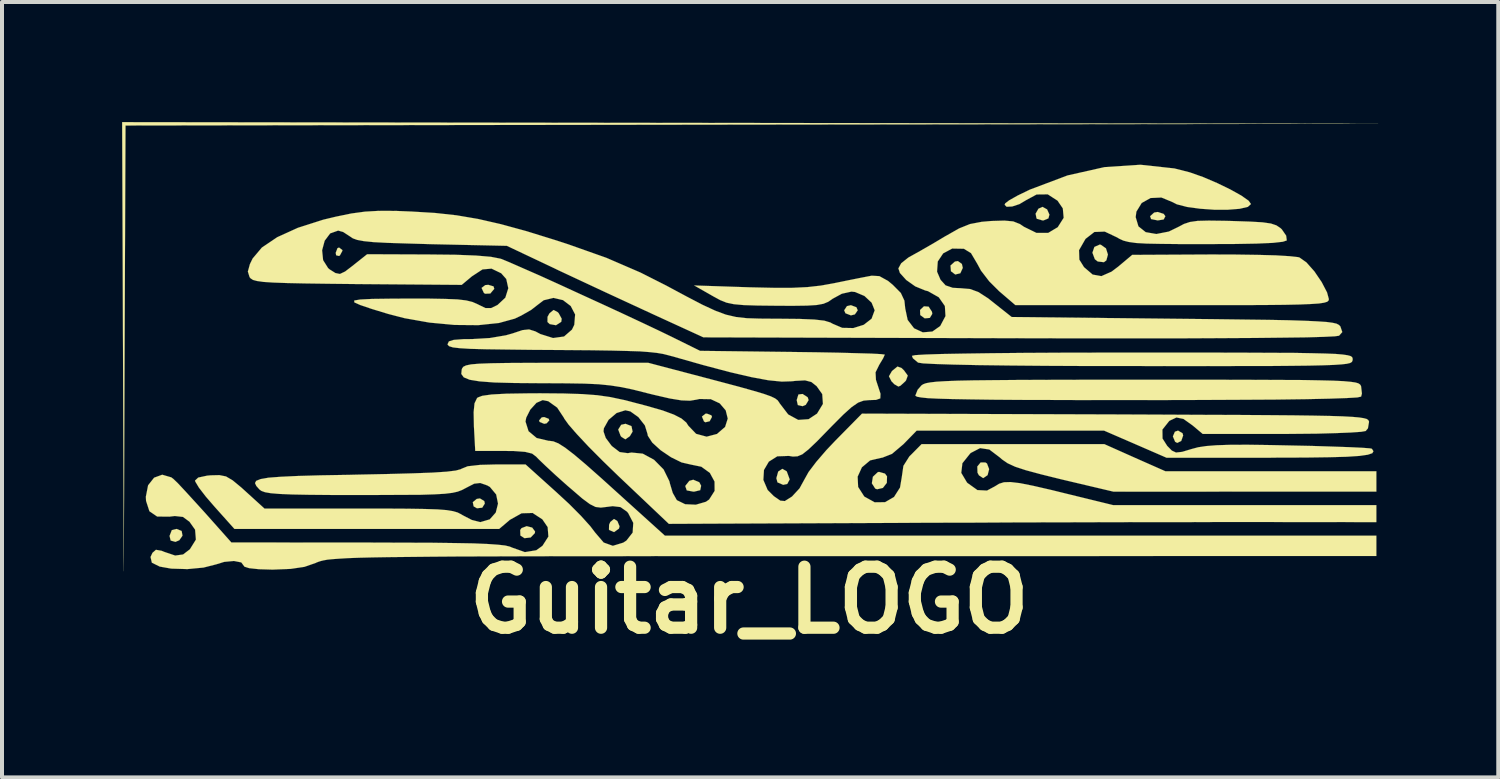
<source format=kicad_pcb>
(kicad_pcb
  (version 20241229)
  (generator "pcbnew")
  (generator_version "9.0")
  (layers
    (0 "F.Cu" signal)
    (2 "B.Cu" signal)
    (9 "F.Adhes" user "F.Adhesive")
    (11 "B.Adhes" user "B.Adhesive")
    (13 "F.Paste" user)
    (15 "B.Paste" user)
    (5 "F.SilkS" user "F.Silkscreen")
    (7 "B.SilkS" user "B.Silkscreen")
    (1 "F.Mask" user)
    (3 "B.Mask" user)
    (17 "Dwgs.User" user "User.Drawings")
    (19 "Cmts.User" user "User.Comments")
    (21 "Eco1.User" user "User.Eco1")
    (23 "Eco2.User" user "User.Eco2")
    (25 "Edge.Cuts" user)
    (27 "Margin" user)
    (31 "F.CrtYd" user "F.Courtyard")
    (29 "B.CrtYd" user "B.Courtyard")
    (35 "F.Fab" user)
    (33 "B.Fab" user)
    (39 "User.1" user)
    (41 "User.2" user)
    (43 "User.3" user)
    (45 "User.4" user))
  (footprint "Guitar_LOGO"
    (layer "F.Cu")
    (at 15.663 5.589)
    (property "Reference" "Guitar_LOGO" (at 0 6.35 0) (layer "F.SilkS") (effects (font (size 1.524 1.524) (thickness 0.305))))
    (attr through_hole)
    (fp_poly (pts (xy -14.155 4.74) (xy -14.234 4.854) (xy -14.331 4.895) (xy -14.45 4.862) (xy -14.478 4.747) (xy -14.422 4.602) (xy -14.303 4.572) (xy -14.176 4.623) (xy -14.155 4.74)) (stroke (width 0.003) (type solid)) (fill yes) (layer "F.SilkS"))
    (fp_poly (pts (xy -10.16 -2.377) (xy -10.221 -2.263) (xy -10.244 -2.245) (xy -10.317 -2.263) (xy -10.328 -2.324) (xy -10.284 -2.441) (xy -10.244 -2.456) (xy -10.163 -2.395) (xy -10.16 -2.377)) (stroke (width 0.003) (type solid)) (fill yes) (layer "F.SilkS"))
    (fp_poly (pts (xy -6.604 3.937) (xy -6.668 4.041) (xy -6.8 4.056) (xy -6.883 4.008) (xy -6.904 3.904) (xy -6.807 3.823) (xy -6.726 3.81) (xy -6.617 3.876) (xy -6.604 3.937)) (stroke (width 0.003) (type solid)) (fill yes) (layer "F.SilkS"))
    (fp_poly (pts (xy -6.368 -1.425) (xy -6.467 -1.308) (xy -6.599 -1.303) (xy -6.629 -1.326) (xy -6.685 -1.448) (xy -6.591 -1.519) (xy -6.513 -1.524) (xy -6.386 -1.486) (xy -6.368 -1.425)) (stroke (width 0.003) (type solid)) (fill yes) (layer "F.SilkS"))
    (fp_poly (pts (xy -4.994 1.862) (xy -5.062 1.935) (xy -5.121 1.946) (xy -5.235 1.9) (xy -5.248 1.862) (xy -5.182 1.786) (xy -5.121 1.778) (xy -5.009 1.821) (xy -4.994 1.862)) (stroke (width 0.003) (type solid)) (fill yes) (layer "F.SilkS"))
    (fp_poly (pts (xy -0.93 1.773) (xy -0.988 1.882) (xy -1.095 1.908) (xy -1.13 1.887) (xy -1.181 1.765) (xy -1.092 1.694) (xy -1.057 1.692) (xy -0.945 1.735) (xy -0.93 1.773)) (stroke (width 0.003) (type solid)) (fill yes) (layer "F.SilkS"))
    (fp_poly (pts (xy 1.483 1.354) (xy 1.412 1.473) (xy 1.333 1.506) (xy 1.214 1.478) (xy 1.186 1.354) (xy 1.229 1.214) (xy 1.333 1.201) (xy 1.46 1.283) (xy 1.483 1.354)) (stroke (width 0.003) (type solid)) (fill yes) (layer "F.SilkS"))
    (fp_poly (pts (xy 2.71 -0.889) (xy 2.639 -0.787) (xy 2.54 -0.762) (xy 2.403 -0.815) (xy 2.372 -0.889) (xy 2.441 -0.993) (xy 2.54 -1.016) (xy 2.677 -0.965) (xy 2.71 -0.889)) (stroke (width 0.003) (type solid)) (fill yes) (layer "F.SilkS"))
    (fp_poly (pts (xy 4.572 -0.8) (xy 4.511 -0.699) (xy 4.384 -0.688) (xy 4.272 -0.77) (xy 4.267 -0.897) (xy 4.364 -0.988) (xy 4.481 -0.98) (xy 4.564 -0.853) (xy 4.572 -0.8)) (stroke (width 0.003) (type solid)) (fill yes) (layer "F.SilkS"))
    (fp_poly (pts (xy 5.334 -1.948) (xy 5.273 -1.814) (xy 5.146 -1.783) (xy 5.039 -1.864) (xy 5.027 -2.007) (xy 5.138 -2.106) (xy 5.212 -2.118) (xy 5.311 -2.047) (xy 5.334 -1.948)) (stroke (width 0.003) (type solid)) (fill yes) (layer "F.SilkS"))
    (fp_poly (pts (xy 10.394 -3.239) (xy 10.351 -3.157) (xy 10.203 -3.134) (xy 10.038 -3.167) (xy 10.013 -3.239) (xy 10.114 -3.33) (xy 10.203 -3.345) (xy 10.351 -3.297) (xy 10.394 -3.239)) (stroke (width 0.003) (type solid)) (fill yes) (layer "F.SilkS"))
    (fp_poly (pts (xy 10.838 2.238) (xy 10.79 2.375) (xy 10.691 2.423) (xy 10.638 2.395) (xy 10.582 2.261) (xy 10.632 2.144) (xy 10.711 2.116) (xy 10.823 2.182) (xy 10.838 2.238)) (stroke (width 0.003) (type solid)) (fill yes) (layer "F.SilkS"))
    (fp_poly (pts (xy 15.707 -5.547) (xy 0.064 -5.527) (xy -15.578 -5.504) (xy -15.601 0.064) (xy -15.621 5.629) (xy -15.641 0.02) (xy -15.662 -5.588) (xy 0.023 -5.568) (xy 15.707 -5.547)) (stroke (width 0.003) (type solid)) (fill yes) (layer "F.SilkS"))
    (fp_poly (pts (xy -5.349 4.636) (xy -5.354 4.676) (xy -5.458 4.785) (xy -5.613 4.803) (xy -5.715 4.737) (xy -5.72 4.6) (xy -5.687 4.552) (xy -5.558 4.503) (xy -5.42 4.539) (xy -5.349 4.636)) (stroke (width 0.003) (type solid)) (fill yes) (layer "F.SilkS"))
    (fp_poly (pts (xy -3.239 4.506) (xy -3.254 4.564) (xy -3.376 4.651) (xy -3.493 4.6) (xy -3.503 4.587) (xy -3.5 4.468) (xy -3.47 4.399) (xy -3.378 4.323) (xy -3.294 4.374) (xy -3.239 4.506)) (stroke (width 0.003) (type solid)) (fill yes) (layer "F.SilkS"))
    (fp_poly (pts (xy -2.913 2.141) (xy -2.982 2.256) (xy -3.094 2.334) (xy -3.188 2.276) (xy -3.211 2.25) (xy -3.272 2.09) (xy -3.198 1.971) (xy -3.089 1.946) (xy -2.941 2.004) (xy -2.913 2.141)) (stroke (width 0.003) (type solid)) (fill yes) (layer "F.SilkS"))
    (fp_poly (pts (xy 1.011 3.335) (xy 0.95 3.449) (xy 0.848 3.47) (xy 0.706 3.409) (xy 0.678 3.305) (xy 0.724 3.139) (xy 0.826 3.071) (xy 0.935 3.132) (xy 0.94 3.142) (xy 1.011 3.335)) (stroke (width 0.003) (type solid)) (fill yes) (layer "F.SilkS"))
    (fp_poly (pts (xy -4.684 -0.678) (xy -4.694 -0.602) (xy -4.826 -0.516) (xy -4.983 -0.544) (xy -5.039 -0.597) (xy -5.037 -0.726) (xy -4.989 -0.813) (xy -4.887 -0.897) (xy -4.785 -0.843) (xy -4.76 -0.818) (xy -4.684 -0.678)) (stroke (width 0.003) (type solid)) (fill yes) (layer "F.SilkS"))
    (fp_poly (pts (xy -1.201 3.493) (xy -1.224 3.604) (xy -1.374 3.64) (xy -1.397 3.64) (xy -1.56 3.609) (xy -1.595 3.508) (xy -1.593 3.493) (xy -1.496 3.371) (xy -1.397 3.343) (xy -1.247 3.406) (xy -1.201 3.493)) (stroke (width 0.003) (type solid)) (fill yes) (layer "F.SilkS"))
    (fp_poly (pts (xy 3.442 3.259) (xy 3.437 3.421) (xy 3.338 3.548) (xy 3.195 3.581) (xy 3.147 3.564) (xy 3.063 3.432) (xy 3.089 3.269) (xy 3.208 3.157) (xy 3.241 3.147) (xy 3.391 3.19) (xy 3.442 3.259)) (stroke (width 0.003) (type solid)) (fill yes) (layer "F.SilkS"))
    (fp_poly (pts (xy 5.992 3.078) (xy 5.954 3.228) (xy 5.85 3.299) (xy 5.842 3.302) (xy 5.738 3.233) (xy 5.702 3.167) (xy 5.697 3.012) (xy 5.781 2.911) (xy 5.903 2.913) (xy 5.939 2.939) (xy 5.992 3.078)) (stroke (width 0.003) (type solid)) (fill yes) (layer "F.SilkS"))
    (fp_poly (pts (xy 7.498 -3.279) (xy 7.473 -3.185) (xy 7.351 -3.134) (xy 7.325 -3.134) (xy 7.191 -3.172) (xy 7.176 -3.185) (xy 7.153 -3.302) (xy 7.224 -3.426) (xy 7.325 -3.472) (xy 7.44 -3.409) (xy 7.498 -3.279)) (stroke (width 0.003) (type solid)) (fill yes) (layer "F.SilkS"))
    (fp_poly (pts (xy 8.959 -2.281) (xy 8.92 -2.136) (xy 8.86 -2.09) (xy 8.705 -2.108) (xy 8.633 -2.164) (xy 8.572 -2.327) (xy 8.621 -2.471) (xy 8.753 -2.53) (xy 8.783 -2.525) (xy 8.91 -2.436) (xy 8.959 -2.281)) (stroke (width 0.003) (type solid)) (fill yes) (layer "F.SilkS"))
    (fp_poly (pts (xy 3.96 0.742) (xy 3.917 0.861) (xy 3.899 0.884) (xy 3.78 0.993) (xy 3.726 1.016) (xy 3.625 0.958) (xy 3.553 0.884) (xy 3.49 0.759) (xy 3.561 0.635) (xy 3.584 0.612) (xy 3.703 0.516) (xy 3.802 0.551) (xy 3.866 0.612) (xy 3.96 0.742)) (stroke (width 0.003) (type solid)) (fill yes) (layer "F.SilkS"))
    (fp_poly (pts (xy 15.072 0.338) (xy 15.067 0.371) (xy 15.052 0.401) (xy 15.009 0.427) (xy 14.925 0.447) (xy 14.793 0.462) (xy 14.597 0.475) (xy 14.326 0.485) (xy 13.965 0.493) (xy 13.505 0.498) (xy 12.934 0.503) (xy 12.235 0.503) (xy 11.402 0.505) (xy 10.419 0.505) (xy 9.716 0.503) (xy 8.491 0.503) (xy 7.414 0.498) (xy 6.49 0.49) (xy 5.715 0.48) (xy 5.098 0.467) (xy 4.641 0.452) (xy 4.343 0.437) (xy 4.214 0.417) (xy 4.214 0.414) (xy 4.089 0.31) (xy 4.064 0.249) (xy 4.148 0.231) (xy 4.394 0.216) (xy 4.796 0.203) (xy 5.344 0.193) (xy 6.035 0.183) (xy 6.858 0.175) (xy 7.811 0.17) (xy 8.882 0.168) (xy 9.568 0.168) (xy 10.668 0.168) (xy 11.61 0.168) (xy 12.408 0.17) (xy 13.071 0.173) (xy 13.614 0.175) (xy 14.051 0.183) (xy 14.389 0.191) (xy 14.643 0.201) (xy 14.823 0.216) (xy 14.945 0.234) (xy 15.019 0.254) (xy 15.057 0.279) (xy 15.07 0.31) (xy 15.072 0.338)) (stroke (width 0.003) (type solid)) (fill yes) (layer "F.SilkS"))
    (fp_poly (pts (xy 15.303 1.191) (xy 15.283 1.267) (xy 15.187 1.288) (xy 14.922 1.303) (xy 14.491 1.318) (xy 13.899 1.331) (xy 13.145 1.341) (xy 12.23 1.346) (xy 11.158 1.351) (xy 9.929 1.354) (xy 9.69 1.354) (xy 8.56 1.354) (xy 7.587 1.351) (xy 6.764 1.349) (xy 6.076 1.344) (xy 5.512 1.336) (xy 5.065 1.328) (xy 4.719 1.318) (xy 4.465 1.306) (xy 4.295 1.288) (xy 4.194 1.27) (xy 4.153 1.247) (xy 4.15 1.24) (xy 4.206 1.097) (xy 4.303 0.986) (xy 4.346 0.958) (xy 4.417 0.932) (xy 4.526 0.912) (xy 4.686 0.894) (xy 4.91 0.881) (xy 5.21 0.869) (xy 5.598 0.861) (xy 6.091 0.856) (xy 6.695 0.851) (xy 7.424 0.848) (xy 8.293 0.846) (xy 9.314 0.846) (xy 9.845 0.846) (xy 10.932 0.846) (xy 11.862 0.846) (xy 12.647 0.848) (xy 13.299 0.851) (xy 13.833 0.853) (xy 14.26 0.861) (xy 14.592 0.869) (xy 14.839 0.881) (xy 15.019 0.897) (xy 15.138 0.914) (xy 15.212 0.935) (xy 15.255 0.963) (xy 15.276 0.993) (xy 15.283 1.013) (xy 15.303 1.191)) (stroke (width 0.003) (type solid)) (fill yes) (layer "F.SilkS"))
    (fp_poly (pts (xy 15.664 5.248) (xy 2.603 5.25) (xy 0.866 5.25) (xy -0.711 5.25) (xy -2.136 5.25) (xy -3.416 5.253) (xy -4.559 5.253) (xy -5.573 5.255) (xy -6.464 5.258) (xy -7.244 5.26) (xy -7.92 5.265) (xy -8.499 5.271) (xy -8.992 5.276) (xy -9.401 5.283) (xy -9.738 5.291) (xy -10.013 5.301) (xy -10.231 5.314) (xy -10.401 5.326) (xy -10.533 5.339) (xy -10.632 5.357) (xy -10.706 5.375) (xy -10.767 5.395) (xy -10.818 5.415) (xy -10.825 5.42) (xy -11.11 5.519) (xy -11.455 5.57) (xy -11.905 5.588) (xy -12.243 5.578) (xy -12.489 5.552) (xy -12.609 5.514) (xy -12.614 5.504) (xy -12.687 5.408) (xy -12.87 5.372) (xy -13.114 5.395) (xy -13.312 5.456) (xy -13.63 5.537) (xy -14.031 5.575) (xy -14.437 5.563) (xy -14.724 5.512) (xy -14.92 5.415) (xy -14.953 5.273) (xy -14.905 5.169) (xy -14.818 5.093) (xy -14.676 5.118) (xy -14.608 5.146) (xy -14.338 5.237) (xy -14.14 5.21) (xy -13.97 5.08) (xy -13.82 4.839) (xy -13.84 4.59) (xy -13.98 4.392) (xy -14.143 4.272) (xy -14.346 4.249) (xy -14.481 4.265) (xy -14.788 4.262) (xy -14.981 4.13) (xy -15.065 3.871) (xy -15.07 3.767) (xy -15.014 3.482) (xy -14.864 3.292) (xy -14.661 3.218) (xy -14.435 3.284) (xy -14.384 3.322) (xy -14.277 3.424) (xy -14.089 3.625) (xy -13.843 3.894) (xy -13.594 4.168) (xy -12.934 4.91) (xy -9.535 4.912) (xy -8.656 4.915) (xy -7.932 4.917) (xy -7.348 4.925) (xy -6.886 4.933) (xy -6.533 4.948) (xy -6.274 4.966) (xy -6.096 4.986) (xy -5.979 5.014) (xy -5.926 5.037) (xy -5.603 5.151) (xy -5.319 5.105) (xy -5.164 4.994) (xy -5.016 4.763) (xy -5.034 4.526) (xy -5.166 4.333) (xy -5.41 4.173) (xy -5.685 4.181) (xy -5.984 4.348) (xy -5.994 4.359) (xy -6.246 4.572) (xy -9.553 4.572) (xy -12.857 4.572) (xy -13.35 4.021) (xy -13.574 3.762) (xy -13.744 3.541) (xy -13.833 3.393) (xy -13.843 3.365) (xy -13.762 3.289) (xy -13.538 3.241) (xy -13.447 3.233) (xy -13.233 3.228) (xy -13.068 3.261) (xy -12.903 3.358) (xy -12.685 3.538) (xy -12.578 3.635) (xy -12.106 4.064) (xy -9.756 4.064) (xy -9.06 4.064) (xy -8.514 4.067) (xy -8.095 4.074) (xy -7.783 4.084) (xy -7.556 4.102) (xy -7.399 4.128) (xy -7.285 4.161) (xy -7.196 4.206) (xy -7.153 4.232) (xy -6.929 4.348) (xy -6.728 4.399) (xy -6.716 4.402) (xy -6.48 4.333) (xy -6.33 4.163) (xy -6.274 3.94) (xy -6.32 3.711) (xy -6.477 3.523) (xy -6.543 3.485) (xy -6.718 3.424) (xy -6.871 3.442) (xy -7.076 3.548) (xy -7.173 3.599) (xy -7.28 3.64) (xy -7.414 3.67) (xy -7.602 3.693) (xy -7.861 3.708) (xy -8.214 3.719) (xy -8.682 3.721) (xy -9.286 3.724) (xy -9.736 3.724) (xy -10.439 3.724) (xy -10.996 3.719) (xy -11.417 3.711) (xy -11.73 3.698) (xy -11.948 3.68) (xy -12.093 3.655) (xy -12.184 3.622) (xy -12.233 3.586) (xy -12.311 3.498) (xy -12.344 3.426) (xy -12.314 3.371) (xy -12.205 3.327) (xy -12.007 3.292) (xy -11.702 3.269) (xy -11.275 3.249) (xy -10.711 3.233) (xy -9.997 3.221) (xy -9.797 3.216) (xy -9.014 3.2) (xy -8.387 3.183) (xy -7.907 3.165) (xy -7.556 3.142) (xy -7.328 3.114) (xy -7.206 3.081) (xy -7.183 3.068) (xy -7.031 3.007) (xy -6.721 2.972) (xy -6.332 2.962) (xy -5.585 2.962) (xy -4.821 3.65) (xy -4.496 3.95) (xy -4.201 4.247) (xy -3.97 4.503) (xy -3.846 4.666) (xy -3.635 4.912) (xy -3.406 4.994) (xy -3.147 4.915) (xy -3.066 4.862) (xy -2.911 4.663) (xy -2.896 4.42) (xy -3.023 4.176) (xy -3.053 4.14) (xy -3.216 4.026) (xy -3.411 4.003) (xy -3.553 4.021) (xy -3.706 4.039) (xy -3.838 4.023) (xy -3.98 3.952) (xy -4.168 3.813) (xy -4.437 3.581) (xy -4.544 3.49) (xy -4.834 3.231) (xy -5.083 3) (xy -5.26 2.83) (xy -5.324 2.764) (xy -5.423 2.69) (xy -5.596 2.647) (xy -5.88 2.626) (xy -6.142 2.624) (xy -6.843 2.624) (xy -6.876 2.009) (xy -6.883 1.656) (xy -6.861 1.435) (xy -6.8 1.308) (xy -6.782 1.29) (xy -6.668 1.247) (xy -6.434 1.214) (xy -6.068 1.194) (xy -5.558 1.186) (xy -5.225 1.184) (xy -4.633 1.189) (xy -4.168 1.204) (xy -3.795 1.232) (xy -3.472 1.278) (xy -3.162 1.344) (xy -3.104 1.356) (xy -2.56 1.499) (xy -2.162 1.613) (xy -1.88 1.717) (xy -1.692 1.814) (xy -1.572 1.915) (xy -1.521 1.994) (xy -1.326 2.197) (xy -1.064 2.268) (xy -0.805 2.2) (xy -0.602 2.024) (xy -0.536 1.816) (xy -0.587 1.61) (xy -0.737 1.435) (xy -0.96 1.331) (xy -1.245 1.326) (xy -1.308 1.341) (xy -1.478 1.369) (xy -1.692 1.361) (xy -1.986 1.313) (xy -2.393 1.219) (xy -2.555 1.179) (xy -2.898 1.092) (xy -3.188 1.031) (xy -3.465 0.988) (xy -3.762 0.958) (xy -4.117 0.942) (xy -4.567 0.935) (xy -5.146 0.932) (xy -5.212 0.932) (xy -5.867 0.927) (xy -6.368 0.914) (xy -6.736 0.886) (xy -6.982 0.846) (xy -7.13 0.785) (xy -7.191 0.701) (xy -7.181 0.592) (xy -7.17 0.561) (xy -7.14 0.521) (xy -7.071 0.488) (xy -6.947 0.462) (xy -6.746 0.445) (xy -6.452 0.434) (xy -6.045 0.427) (xy -5.507 0.424) (xy -4.821 0.422) (xy -2.525 0.422) (xy -1.369 0.726) (xy -0.739 0.892) (xy -0.254 1.021) (xy 0.109 1.123) (xy 0.366 1.199) (xy 0.538 1.26) (xy 0.645 1.311) (xy 0.709 1.359) (xy 0.747 1.412) (xy 0.759 1.433) (xy 0.973 1.712) (xy 1.224 1.849) (xy 1.483 1.831) (xy 1.694 1.692) (xy 1.841 1.45) (xy 1.824 1.204) (xy 1.684 1.006) (xy 1.552 0.902) (xy 1.394 0.861) (xy 1.151 0.874) (xy 1.064 0.884) (xy 0.813 0.892) (xy 0.48 0.859) (xy 0.053 0.78) (xy -0.485 0.655) (xy -1.153 0.478) (xy -1.862 0.277) (xy -2.012 0.236) (xy -2.151 0.201) (xy -2.306 0.175) (xy -2.492 0.155) (xy -2.728 0.137) (xy -3.038 0.127) (xy -3.437 0.117) (xy -3.947 0.109) (xy -4.587 0.104) (xy -5.375 0.099) (xy -5.397 0.099) (xy -6.063 0.091) (xy -6.576 0.084) (xy -6.96 0.074) (xy -7.226 0.058) (xy -7.399 0.038) (xy -7.496 0.008) (xy -7.531 -0.028) (xy -7.534 -0.043) (xy -7.501 -0.112) (xy -7.379 -0.15) (xy -7.137 -0.168) (xy -6.921 -0.17) (xy -6.48 -0.196) (xy -6.078 -0.264) (xy -5.908 -0.312) (xy -5.662 -0.394) (xy -5.499 -0.411) (xy -5.344 -0.363) (xy -5.215 -0.295) (xy -4.9 -0.196) (xy -4.625 -0.234) (xy -4.427 -0.406) (xy -4.369 -0.526) (xy -4.348 -0.785) (xy -4.458 -0.996) (xy -4.651 -1.143) (xy -4.889 -1.199) (xy -5.133 -1.14) (xy -5.283 -1.026) (xy -5.446 -0.899) (xy -5.695 -0.757) (xy -5.855 -0.681) (xy -6.251 -0.572) (xy -6.767 -0.518) (xy -7.358 -0.523) (xy -7.988 -0.582) (xy -8.613 -0.693) (xy -9.017 -0.798) (xy -9.434 -0.925) (xy -9.716 -1.021) (xy -9.863 -1.087) (xy -9.865 -1.133) (xy -9.718 -1.158) (xy -9.416 -1.173) (xy -8.956 -1.179) (xy -8.58 -1.181) (xy -8.014 -1.181) (xy -7.592 -1.173) (xy -7.285 -1.161) (xy -7.069 -1.135) (xy -6.914 -1.097) (xy -6.795 -1.046) (xy -6.782 -1.039) (xy -6.589 -0.945) (xy -6.444 -0.945) (xy -6.287 -1.021) (xy -6.091 -1.204) (xy -6.017 -1.44) (xy -6.068 -1.671) (xy -6.195 -1.814) (xy -6.436 -1.93) (xy -6.662 -1.91) (xy -6.919 -1.742) (xy -6.929 -1.735) (xy -7.181 -1.524) (xy -9.784 -1.544) (xy -10.521 -1.552) (xy -11.105 -1.56) (xy -11.557 -1.57) (xy -11.895 -1.582) (xy -12.134 -1.598) (xy -12.296 -1.621) (xy -12.395 -1.648) (xy -12.454 -1.687) (xy -12.479 -1.717) (xy -12.522 -1.857) (xy -12.471 -2.042) (xy -12.403 -2.182) (xy -12.172 -2.456) (xy -11.788 -2.715) (xy -11.273 -2.949) (xy -10.638 -3.152) (xy -10.32 -3.228) (xy -9.936 -3.307) (xy -9.596 -3.353) (xy -9.243 -3.373) (xy -8.821 -3.371) (xy -8.423 -3.355) (xy -7.846 -3.32) (xy -7.308 -3.261) (xy -6.772 -3.17) (xy -6.203 -3.04) (xy -5.563 -2.865) (xy -4.818 -2.634) (xy -4.521 -2.537) (xy -3.569 -2.2) (xy -2.715 -1.831) (xy -2.078 -1.509) (xy -1.565 -1.234) (xy -1.166 -1.026) (xy -0.848 -0.879) (xy -0.582 -0.78) (xy -0.328 -0.721) (xy -0.056 -0.691) (xy 0.269 -0.681) (xy 0.681 -0.678) (xy 0.757 -0.678) (xy 1.265 -0.673) (xy 1.628 -0.658) (xy 1.875 -0.63) (xy 2.027 -0.584) (xy 2.08 -0.554) (xy 2.324 -0.45) (xy 2.601 -0.445) (xy 2.86 -0.526) (xy 3.056 -0.678) (xy 3.132 -0.884) (xy 3.134 -0.889) (xy 3.058 -1.079) (xy 2.878 -1.247) (xy 2.644 -1.346) (xy 2.553 -1.356) (xy 2.314 -1.303) (xy 2.08 -1.176) (xy 2.078 -1.173) (xy 1.974 -1.102) (xy 1.854 -1.052) (xy 1.687 -1.021) (xy 1.443 -1.006) (xy 1.087 -1.001) (xy 0.673 -1.003) (xy 0.201 -1.008) (xy -0.137 -1.019) (xy -0.381 -1.041) (xy -0.564 -1.079) (xy -0.724 -1.143) (xy -0.897 -1.237) (xy -0.937 -1.26) (xy -1.374 -1.509) (xy 0.013 -1.463) (xy 0.605 -1.45) (xy 1.072 -1.45) (xy 1.453 -1.468) (xy 1.791 -1.506) (xy 2.118 -1.565) (xy 2.474 -1.638) (xy 2.794 -1.702) (xy 3.018 -1.745) (xy 3.058 -1.753) (xy 3.251 -1.742) (xy 3.467 -1.623) (xy 3.586 -1.524) (xy 3.787 -1.321) (xy 3.876 -1.13) (xy 3.896 -0.937) (xy 3.957 -0.648) (xy 4.117 -0.439) (xy 4.336 -0.338) (xy 4.575 -0.358) (xy 4.77 -0.495) (xy 4.902 -0.744) (xy 4.887 -0.996) (xy 4.735 -1.214) (xy 4.465 -1.367) (xy 4.397 -1.384) (xy 4.148 -1.486) (xy 3.922 -1.646) (xy 3.764 -1.821) (xy 3.726 -1.935) (xy 3.795 -2.062) (xy 3.973 -2.205) (xy 4.044 -2.245) (xy 4.277 -2.375) (xy 4.59 -2.555) (xy 4.91 -2.746) (xy 4.912 -2.746) (xy 5.243 -2.934) (xy 5.514 -3.043) (xy 5.809 -3.099) (xy 6.04 -3.119) (xy 6.373 -3.129) (xy 6.594 -3.109) (xy 6.761 -3.043) (xy 6.863 -2.974) (xy 7.173 -2.822) (xy 7.468 -2.822) (xy 7.706 -2.964) (xy 7.854 -3.198) (xy 7.833 -3.434) (xy 7.701 -3.627) (xy 7.457 -3.785) (xy 7.178 -3.782) (xy 6.919 -3.642) (xy 6.749 -3.541) (xy 6.568 -3.482) (xy 6.429 -3.475) (xy 6.38 -3.523) (xy 6.393 -3.559) (xy 6.492 -3.635) (xy 6.703 -3.754) (xy 6.982 -3.889) (xy 7.013 -3.904) (xy 7.95 -4.257) (xy 8.875 -4.465) (xy 9.771 -4.524) (xy 10.62 -4.432) (xy 11.008 -4.333) (xy 11.339 -4.216) (xy 11.687 -4.067) (xy 12.017 -3.907) (xy 12.291 -3.754) (xy 12.474 -3.625) (xy 12.532 -3.543) (xy 12.454 -3.472) (xy 12.248 -3.424) (xy 11.956 -3.401) (xy 11.613 -3.401) (xy 11.26 -3.426) (xy 10.937 -3.47) (xy 10.681 -3.536) (xy 10.571 -3.592) (xy 10.295 -3.706) (xy 10.023 -3.693) (xy 9.802 -3.569) (xy 9.67 -3.353) (xy 9.652 -3.216) (xy 9.721 -2.985) (xy 9.903 -2.84) (xy 10.168 -2.794) (xy 10.48 -2.855) (xy 10.721 -2.972) (xy 10.858 -3.045) (xy 11.006 -3.094) (xy 11.199 -3.122) (xy 11.476 -3.129) (xy 11.872 -3.124) (xy 12.062 -3.119) (xy 12.512 -3.104) (xy 12.822 -3.086) (xy 13.03 -3.056) (xy 13.167 -3.01) (xy 13.266 -2.944) (xy 13.302 -2.911) (xy 13.411 -2.753) (xy 13.426 -2.634) (xy 13.327 -2.601) (xy 13.078 -2.573) (xy 12.672 -2.555) (xy 12.106 -2.545) (xy 11.405 -2.543) (xy 10.772 -2.543) (xy 10.287 -2.548) (xy 9.924 -2.555) (xy 9.662 -2.57) (xy 9.477 -2.596) (xy 9.347 -2.629) (xy 9.246 -2.675) (xy 9.187 -2.71) (xy 8.88 -2.855) (xy 8.621 -2.845) (xy 8.402 -2.675) (xy 8.39 -2.657) (xy 8.237 -2.39) (xy 8.245 -2.154) (xy 8.362 -1.966) (xy 8.578 -1.781) (xy 8.796 -1.742) (xy 9.05 -1.854) (xy 9.218 -1.981) (xy 9.566 -2.273) (xy 11.544 -2.283) (xy 12.154 -2.281) (xy 12.7 -2.273) (xy 13.155 -2.261) (xy 13.5 -2.24) (xy 13.708 -2.217) (xy 13.744 -2.207) (xy 13.917 -2.085) (xy 14.115 -1.862) (xy 14.298 -1.593) (xy 14.432 -1.336) (xy 14.478 -1.166) (xy 14.468 -1.13) (xy 14.435 -1.102) (xy 14.359 -1.079) (xy 14.229 -1.059) (xy 14.031 -1.046) (xy 13.749 -1.034) (xy 13.371 -1.026) (xy 12.878 -1.021) (xy 12.261 -1.019) (xy 11.504 -1.019) (xy 10.589 -1.019) (xy 10.564 -1.019) (xy 6.647 -1.019) (xy 6.241 -1.367) (xy 5.994 -1.613) (xy 5.789 -1.88) (xy 5.7 -2.045) (xy 5.54 -2.316) (xy 5.362 -2.426) (xy 5.07 -2.431) (xy 4.844 -2.311) (xy 4.709 -2.108) (xy 4.691 -1.854) (xy 4.778 -1.651) (xy 4.905 -1.511) (xy 5.085 -1.45) (xy 5.283 -1.44) (xy 5.517 -1.42) (xy 5.725 -1.344) (xy 5.969 -1.186) (xy 6.104 -1.079) (xy 6.556 -0.721) (xy 10.612 -0.678) (xy 11.549 -0.668) (xy 12.332 -0.658) (xy 12.974 -0.65) (xy 13.487 -0.64) (xy 13.891 -0.627) (xy 14.196 -0.612) (xy 14.42 -0.597) (xy 14.572 -0.577) (xy 14.671 -0.554) (xy 14.729 -0.523) (xy 14.762 -0.49) (xy 14.765 -0.485) (xy 14.813 -0.345) (xy 14.732 -0.254) (xy 14.625 -0.239) (xy 14.351 -0.226) (xy 13.919 -0.213) (xy 13.33 -0.206) (xy 12.591 -0.198) (xy 11.707 -0.193) (xy 10.681 -0.188) (xy 9.517 -0.188) (xy 8.219 -0.188) (xy 6.797 -0.191) (xy 6.731 -0.191) (xy -1.143 -0.213) (xy -2.413 -0.795) (xy -2.969 -1.052) (xy -3.594 -1.341) (xy -4.219 -1.633) (xy -4.773 -1.892) (xy -4.867 -1.938) (xy -6.053 -2.499) (xy -7.927 -2.54) (xy -8.552 -2.558) (xy -9.027 -2.573) (xy -9.378 -2.591) (xy -9.624 -2.616) (xy -9.792 -2.647) (xy -9.898 -2.685) (xy -9.967 -2.731) (xy -10.142 -2.845) (xy -10.267 -2.88) (xy -10.467 -2.809) (xy -10.604 -2.626) (xy -10.668 -2.388) (xy -10.643 -2.141) (xy -10.518 -1.943) (xy -10.48 -1.91) (xy -10.335 -1.819) (xy -10.223 -1.796) (xy -10.094 -1.857) (xy -9.891 -2.012) (xy -9.863 -2.035) (xy -9.543 -2.289) (xy -8.011 -2.283) (xy -7.338 -2.276) (xy -6.822 -2.256) (xy -6.454 -2.225) (xy -6.218 -2.179) (xy -6.18 -2.167) (xy -5.982 -2.085) (xy -5.659 -1.943) (xy -5.237 -1.758) (xy -4.75 -1.537) (xy -4.219 -1.293) (xy -3.675 -1.044) (xy -3.147 -0.8) (xy -2.664 -0.574) (xy -2.25 -0.378) (xy -1.946 -0.231) (xy -1.227 0.124) (xy 1.079 0.152) (xy 1.684 0.16) (xy 2.23 0.17) (xy 2.695 0.183) (xy 3.058 0.193) (xy 3.294 0.206) (xy 3.386 0.218) (xy 3.345 0.31) (xy 3.246 0.475) (xy 3.155 0.66) (xy 3.165 0.848) (xy 3.203 0.965) (xy 3.279 1.196) (xy 3.274 1.311) (xy 3.167 1.349) (xy 3 1.354) (xy 2.857 1.367) (xy 2.72 1.417) (xy 2.56 1.527) (xy 2.349 1.717) (xy 2.06 2.007) (xy 1.991 2.078) (xy 1.692 2.385) (xy 1.478 2.588) (xy 1.326 2.708) (xy 1.206 2.758) (xy 1.09 2.764) (xy 0.991 2.748) (xy 0.701 2.758) (xy 0.49 2.891) (xy 0.368 3.099) (xy 0.353 3.348) (xy 0.46 3.599) (xy 0.615 3.754) (xy 0.777 3.866) (xy 0.889 3.876) (xy 1.031 3.787) (xy 1.069 3.762) (xy 1.257 3.559) (xy 1.387 3.322) (xy 1.483 3.15) (xy 1.674 2.898) (xy 1.928 2.603) (xy 2.149 2.37) (xy 2.817 1.692) (xy 9.134 1.712) (xy 10.317 1.717) (xy 11.344 1.722) (xy 12.225 1.725) (xy 12.969 1.73) (xy 13.592 1.735) (xy 14.1 1.742) (xy 14.506 1.75) (xy 14.823 1.76) (xy 15.062 1.773) (xy 15.235 1.788) (xy 15.349 1.806) (xy 15.423 1.826) (xy 15.461 1.852) (xy 15.476 1.88) (xy 15.481 1.895) (xy 15.453 2.06) (xy 15.397 2.126) (xy 15.283 2.146) (xy 15.024 2.164) (xy 14.648 2.179) (xy 14.178 2.192) (xy 13.637 2.197) (xy 13.305 2.2) (xy 11.328 2.2) (xy 11.077 1.989) (xy 10.846 1.824) (xy 10.671 1.788) (xy 10.503 1.867) (xy 10.485 1.882) (xy 10.32 2.09) (xy 10.323 2.314) (xy 10.439 2.497) (xy 10.556 2.616) (xy 10.66 2.664) (xy 10.813 2.647) (xy 11.049 2.576) (xy 11.214 2.532) (xy 11.415 2.502) (xy 11.669 2.482) (xy 12.004 2.471) (xy 12.443 2.469) (xy 13.012 2.477) (xy 13.492 2.487) (xy 14.059 2.499) (xy 14.569 2.515) (xy 14.996 2.53) (xy 15.316 2.545) (xy 15.509 2.56) (xy 15.552 2.57) (xy 15.591 2.631) (xy 15.563 2.68) (xy 15.451 2.718) (xy 15.243 2.748) (xy 14.925 2.769) (xy 14.486 2.781) (xy 13.906 2.789) (xy 13.175 2.791) (xy 12.954 2.794) (xy 10.424 2.794) (xy 9.642 2.454) (xy 8.862 2.116) (xy 6.523 2.116) (xy 4.183 2.116) (xy 3.853 2.454) (xy 3.566 2.697) (xy 3.327 2.791) (xy 3.305 2.794) (xy 3.02 2.86) (xy 2.814 3.033) (xy 2.708 3.266) (xy 2.72 3.523) (xy 2.87 3.757) (xy 2.875 3.764) (xy 3.134 3.907) (xy 3.393 3.904) (xy 3.617 3.774) (xy 3.767 3.538) (xy 3.81 3.282) (xy 3.851 2.997) (xy 4 2.761) (xy 4.059 2.703) (xy 4.305 2.454) (xy 6.586 2.454) (xy 8.87 2.454) (xy 9.632 2.794) (xy 10.396 3.132) (xy 13.03 3.132) (xy 15.664 3.132) (xy 15.664 3.386) (xy 15.664 3.64) (xy 12.383 3.64) (xy 9.103 3.642) (xy 7.803 3.335) (xy 7.29 3.208) (xy 6.911 3.106) (xy 6.642 3.018) (xy 6.454 2.931) (xy 6.317 2.837) (xy 6.256 2.784) (xy 5.997 2.588) (xy 5.766 2.553) (xy 5.537 2.672) (xy 5.519 2.687) (xy 5.324 2.931) (xy 5.296 3.172) (xy 5.438 3.411) (xy 5.453 3.426) (xy 5.7 3.602) (xy 5.939 3.614) (xy 6.134 3.51) (xy 6.241 3.444) (xy 6.363 3.406) (xy 6.528 3.401) (xy 6.764 3.429) (xy 7.094 3.495) (xy 7.546 3.599) (xy 7.887 3.683) (xy 9.093 3.978) (xy 12.377 3.978) (xy 15.664 3.978) (xy 15.664 4.191) (xy 15.664 4.402) (xy 12.426 4.399) (xy 11.74 4.399) (xy 10.912 4.402) (xy 9.967 4.402) (xy 8.936 4.404) (xy 7.844 4.407) (xy 6.716 4.409) (xy 5.58 4.415) (xy 4.468 4.417) (xy 3.592 4.422) (xy -0.864 4.44) (xy -0.864 3.622) (xy -0.866 3.388) (xy -0.983 3.172) (xy -1.196 3.018) (xy -1.468 2.962) (xy -1.689 2.911) (xy -1.953 2.781) (xy -2.212 2.606) (xy -2.421 2.416) (xy -2.532 2.245) (xy -2.54 2.2) (xy -2.606 1.986) (xy -2.769 1.778) (xy -2.969 1.636) (xy -3.094 1.608) (xy -3.312 1.676) (xy -3.513 1.847) (xy -3.63 2.057) (xy -3.64 2.136) (xy -3.584 2.299) (xy -3.444 2.487) (xy -3.429 2.504) (xy -3.236 2.652) (xy -3.033 2.68) (xy -2.941 2.664) (xy -2.659 2.692) (xy -2.377 2.845) (xy -2.139 3.086) (xy -1.994 3.381) (xy -1.981 3.437) (xy -1.91 3.673) (xy -1.811 3.848) (xy -1.803 3.856) (xy -1.6 3.955) (xy -1.333 3.967) (xy -1.082 3.894) (xy -1.001 3.838) (xy -0.864 3.622) (xy -0.864 4.44) (xy -2.007 4.445) (xy -3.259 3.259) (xy -3.655 2.875) (xy -4.011 2.517) (xy -4.303 2.205) (xy -4.514 1.963) (xy -4.623 1.811) (xy -4.625 1.801) (xy -4.796 1.542) (xy -5.019 1.382) (xy -5.159 1.354) (xy -5.314 1.422) (xy -5.469 1.593) (xy -5.57 1.793) (xy -5.588 1.89) (xy -5.512 2.131) (xy -5.309 2.301) (xy -5.016 2.37) (xy -5.004 2.37) (xy -4.892 2.385) (xy -4.765 2.436) (xy -4.597 2.543) (xy -4.376 2.713) (xy -4.079 2.964) (xy -3.688 3.31) (xy -3.416 3.556) (xy -2.106 4.74) (xy 6.779 4.74) (xy 15.664 4.74) (xy 15.664 4.994) (xy 15.664 5.248)) (stroke (width 0.003) (type solid)) (fill yes) (layer "F.SilkS")))
  (gr_rect
    (start -3 -3)
    (end 34.372 16.366)
    (stroke (width 0.1) (type default))
    (fill no)
    (layer "Edge.Cuts")))
</source>
